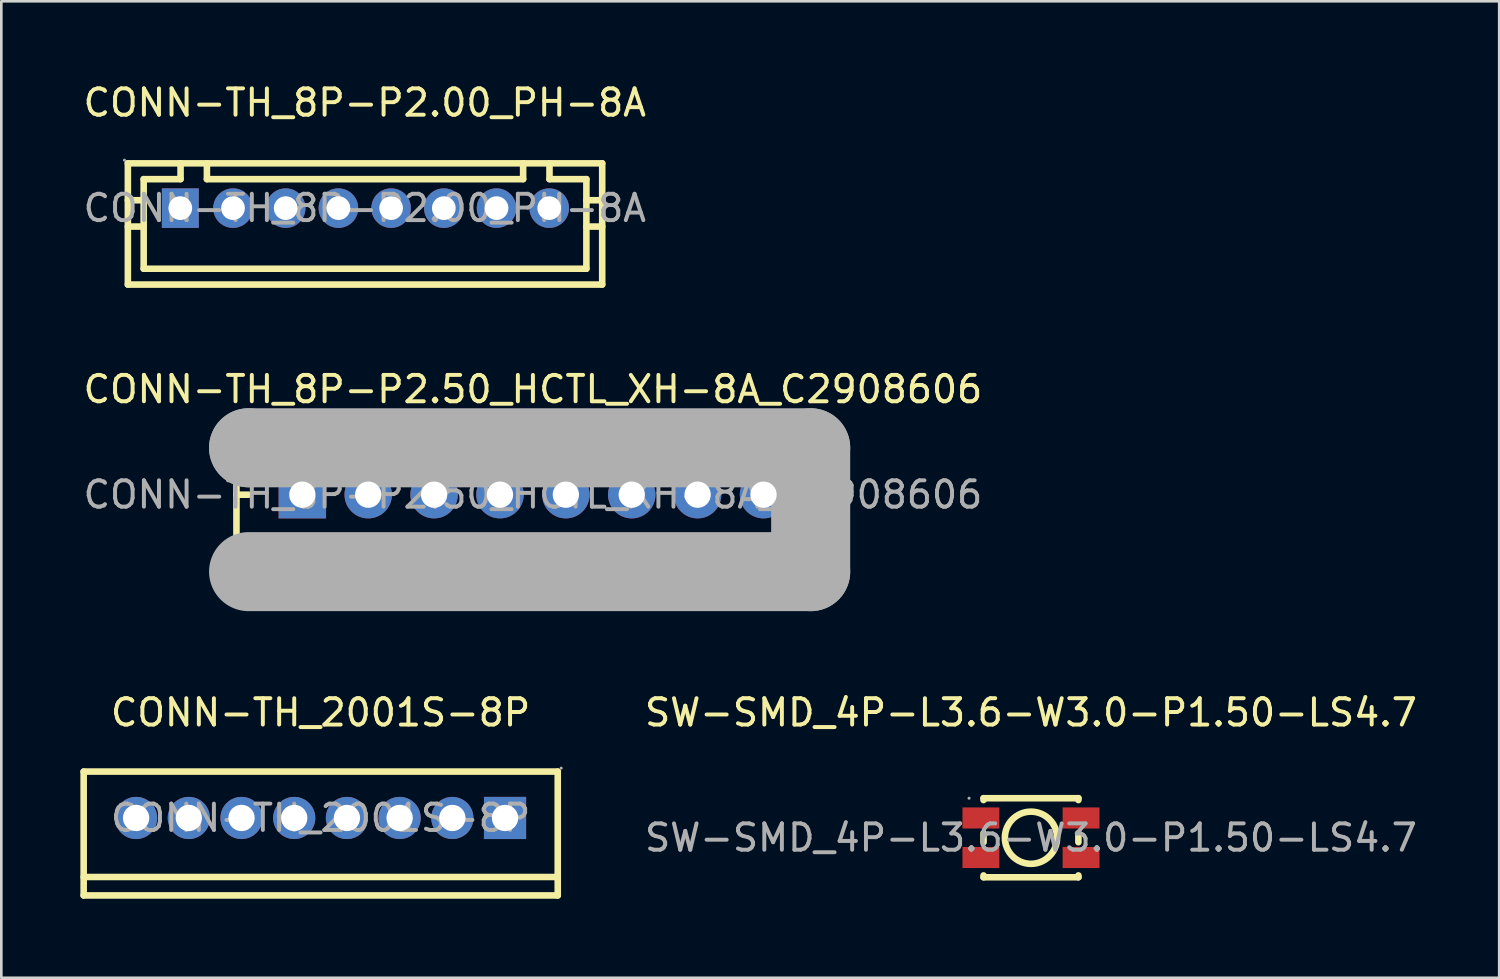
<source format=kicad_pcb>
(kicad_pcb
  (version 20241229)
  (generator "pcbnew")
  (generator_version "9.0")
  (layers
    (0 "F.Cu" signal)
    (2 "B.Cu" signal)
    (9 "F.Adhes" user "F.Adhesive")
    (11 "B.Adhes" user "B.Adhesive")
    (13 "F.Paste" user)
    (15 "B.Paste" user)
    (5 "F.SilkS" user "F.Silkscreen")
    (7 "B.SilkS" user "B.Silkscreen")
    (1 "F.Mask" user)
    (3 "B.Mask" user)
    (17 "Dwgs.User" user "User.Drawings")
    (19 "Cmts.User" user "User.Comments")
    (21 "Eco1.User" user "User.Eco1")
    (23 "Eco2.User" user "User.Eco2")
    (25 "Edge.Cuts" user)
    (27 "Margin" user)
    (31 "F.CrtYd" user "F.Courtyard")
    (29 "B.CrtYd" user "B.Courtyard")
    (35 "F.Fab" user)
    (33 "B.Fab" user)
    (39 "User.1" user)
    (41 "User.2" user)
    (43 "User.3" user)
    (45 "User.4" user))
  (footprint "CONN-TH_2001S-8P"
    (layer "F.Cu")
    (at 9.115 27.99)
    (property "Reference" "CONN-TH_2001S-8P" (at 0 -4 0) (layer "F.SilkS") (effects (font (size 1 1) (thickness 0.15))))
    (attr smd)
    (fp_line (start -8.99 -1.76) (end -8.99 2.94) (stroke (width 0.25) (type solid)) (layer "F.SilkS"))
    (fp_line (start -8.99 2.94) (end 9 2.94) (stroke (width 0.25) (type solid)) (layer "F.SilkS"))
    (fp_line (start 9 -1.76) (end -8.99 -1.76) (stroke (width 0.25) (type solid)) (layer "F.SilkS"))
    (fp_line (start 9 2.24) (end -8.99 2.24) (stroke (width 0.25) (type solid)) (layer "F.SilkS"))
    (fp_line (start 9 2.94) (end 9 -1.76) (stroke (width 0.25) (type solid)) (layer "F.SilkS"))
    (fp_circle (center -7 0) (end -6.8 0) (stroke (width 0.4) (type solid)) (fill no) (layer "F.Fab"))
    (fp_circle (center -5 0) (end -4.8 0) (stroke (width 0.4) (type solid)) (fill no) (layer "F.Fab"))
    (fp_circle (center -3 0) (end -2.8 0) (stroke (width 0.4) (type solid)) (fill no) (layer "F.Fab"))
    (fp_circle (center -1 0) (end -0.8 0) (stroke (width 0.4) (type solid)) (fill no) (layer "F.Fab"))
    (fp_circle (center 1 0) (end 1.2 0) (stroke (width 0.4) (type solid)) (fill no) (layer "F.Fab"))
    (fp_circle (center 3 0) (end 3.2 0) (stroke (width 0.4) (type solid)) (fill no) (layer "F.Fab"))
    (fp_circle (center 5 0) (end 5.2 0) (stroke (width 0.4) (type solid)) (fill no) (layer "F.Fab"))
    (fp_circle (center 7 0) (end 7.2 0) (stroke (width 0.4) (type solid)) (fill no) (layer "F.Fab"))
    (fp_circle (center 9.13 -1.89) (end 9.16 -1.89) (stroke (width 0.06) (type solid)) (fill no) (layer "F.Fab"))
    (fp_text user "${REFERENCE}" (at 0 0 0) (layer "F.Fab") (effects (font (size 1 1) (thickness 0.15))))
    (pad "1" thru_hole rect (at 7 0 180) (size 1.6 1.6) (drill 1) (layers "*.Cu" "*.Paste" "*.Mask"))
    (pad "2" thru_hole circle (at 5 0 180) (size 1.6 1.6) (drill 1) (layers "*.Cu" "*.Paste" "*.Mask"))
    (pad "3" thru_hole circle (at 3 0 180) (size 1.6 1.6) (drill 1) (layers "*.Cu" "*.Paste" "*.Mask"))
    (pad "4" thru_hole circle (at 1 0 180) (size 1.6 1.6) (drill 1) (layers "*.Cu" "*.Paste" "*.Mask"))
    (pad "5" thru_hole circle (at -1 0 180) (size 1.6 1.6) (drill 1) (layers "*.Cu" "*.Paste" "*.Mask"))
    (pad "6" thru_hole circle (at -3 0 180) (size 1.6 1.6) (drill 1) (layers "*.Cu" "*.Paste" "*.Mask"))
    (pad "7" thru_hole circle (at -5 0 180) (size 1.6 1.6) (drill 1) (layers "*.Cu" "*.Paste" "*.Mask"))
    (pad "8" thru_hole circle (at -7 0 180) (size 1.6 1.6) (drill 1) (layers "*.Cu" "*.Paste" "*.Mask")))
  (footprint "CONN-TH_8P-P2.00_PH-8A"
    (layer "F.Cu")
    (at 10.792 4.848)
    (property "Reference" "CONN-TH_8P-P2.00_PH-8A" (at 0 -4 0) (layer "F.SilkS") (effects (font (size 1 1) (thickness 0.15))))
    (attr smd)
    (fp_line (start -8.99 -1.7) (end 9.01 -1.7) (stroke (width 0.25) (type solid)) (layer "F.SilkS"))
    (fp_line (start -8.99 2.9) (end -8.99 -1.7) (stroke (width 0.25) (type solid)) (layer "F.SilkS"))
    (fp_line (start -8.99 2.9) (end 9.01 2.9) (stroke (width 0.25) (type solid)) (layer "F.SilkS"))
    (fp_line (start -8.39 -1.1) (end -6.99 -1.1) (stroke (width 0.25) (type solid)) (layer "F.SilkS"))
    (fp_line (start -8.39 -0.3) (end -8.99 -0.3) (stroke (width 0.25) (type solid)) (layer "F.SilkS"))
    (fp_line (start -8.39 0.7) (end -8.99 0.7) (stroke (width 0.25) (type solid)) (layer "F.SilkS"))
    (fp_line (start -8.39 2.3) (end -8.39 -1.1) (stroke (width 0.25) (type solid)) (layer "F.SilkS"))
    (fp_line (start -8.39 2.3) (end 8.41 2.3) (stroke (width 0.25) (type solid)) (layer "F.SilkS"))
    (fp_line (start -6.99 -1.1) (end -6.99 -1.7) (stroke (width 0.25) (type solid)) (layer "F.SilkS"))
    (fp_line (start -5.99 -1.7) (end -5.99 -1.1) (stroke (width 0.25) (type solid)) (layer "F.SilkS"))
    (fp_line (start 6.01 -1.7) (end 6.01 -1.1) (stroke (width 0.25) (type solid)) (layer "F.SilkS"))
    (fp_line (start 6.01 -1.1) (end -5.99 -1.1) (stroke (width 0.25) (type solid)) (layer "F.SilkS"))
    (fp_line (start 7.01 -1.1) (end 7.01 -1.7) (stroke (width 0.25) (type solid)) (layer "F.SilkS"))
    (fp_line (start 8.41 -1.1) (end 7.01 -1.1) (stroke (width 0.25) (type solid)) (layer "F.SilkS"))
    (fp_line (start 8.41 2.3) (end 8.41 -1.1) (stroke (width 0.25) (type solid)) (layer "F.SilkS"))
    (fp_line (start 9.01 -0.3) (end 8.41 -0.3) (stroke (width 0.25) (type solid)) (layer "F.SilkS"))
    (fp_line (start 9.01 0.7) (end 8.41 0.7) (stroke (width 0.25) (type solid)) (layer "F.SilkS"))
    (fp_line (start 9.01 2.9) (end 9.01 -1.7) (stroke (width 0.25) (type solid)) (layer "F.SilkS"))
    (fp_circle (center -9.12 -1.82) (end -9.09 -1.82) (stroke (width 0.06) (type solid)) (fill no) (layer "F.Fab"))
    (fp_circle (center -7 0) (end -6.82 0) (stroke (width 0.35) (type solid)) (fill no) (layer "F.Fab"))
    (fp_circle (center -5 0) (end -4.82 0) (stroke (width 0.35) (type solid)) (fill no) (layer "F.Fab"))
    (fp_circle (center -3 0) (end -2.82 0) (stroke (width 0.35) (type solid)) (fill no) (layer "F.Fab"))
    (fp_circle (center -1 0) (end -0.82 0) (stroke (width 0.35) (type solid)) (fill no) (layer "F.Fab"))
    (fp_circle (center 1 0) (end 1.18 0) (stroke (width 0.35) (type solid)) (fill no) (layer "F.Fab"))
    (fp_circle (center 3 0) (end 3.18 0) (stroke (width 0.35) (type solid)) (fill no) (layer "F.Fab"))
    (fp_circle (center 5 0) (end 5.18 0) (stroke (width 0.35) (type solid)) (fill no) (layer "F.Fab"))
    (fp_circle (center 7 0) (end 7.18 0) (stroke (width 0.35) (type solid)) (fill no) (layer "F.Fab"))
    (fp_text user "${REFERENCE}" (at 0 0 0) (layer "F.Fab") (effects (font (size 1 1) (thickness 0.15))))
    (pad "1" thru_hole rect (at -7 0 180) (size 1.4 1.5) (drill 0.9) (layers "*.Cu" "*.Paste" "*.Mask"))
    (pad "2" thru_hole circle (at -5 0 180) (size 1.5 1.5) (drill 0.9) (layers "*.Cu" "*.Paste" "*.Mask"))
    (pad "3" thru_hole circle (at -3 0 180) (size 1.5 1.5) (drill 0.9) (layers "*.Cu" "*.Paste" "*.Mask"))
    (pad "4" thru_hole circle (at -1 0 180) (size 1.5 1.5) (drill 0.9) (layers "*.Cu" "*.Paste" "*.Mask"))
    (pad "5" thru_hole circle (at 1 0 180) (size 1.5 1.5) (drill 0.9) (layers "*.Cu" "*.Paste" "*.Mask"))
    (pad "6" thru_hole circle (at 3 0 180) (size 1.5 1.5) (drill 0.9) (layers "*.Cu" "*.Paste" "*.Mask"))
    (pad "7" thru_hole circle (at 5 0 180) (size 1.5 1.5) (drill 0.9) (layers "*.Cu" "*.Paste" "*.Mask"))
    (pad "8" thru_hole circle (at 7 0 180) (size 1.5 1.5) (drill 0.9) (layers "*.Cu" "*.Paste" "*.Mask")))
  (footprint "CONN-TH_8P-P2.50_HCTL_XH-8A_C2908606"
    (layer "F.Cu")
    (at 17.173 15.722)
    (property "Reference" "CONN-TH_8P-P2.50_HCTL_XH-8A_C2908606" (at 0 -4 0) (layer "F.SilkS") (effects (font (size 1 1) (thickness 0.15))))
    (attr smd)
    (fp_line (start -11.25 -2.4) (end 11.25 -2.4) (stroke (width 0.25) (type solid)) (layer "F.SilkS"))
    (fp_line (start -11.25 3.4) (end -11.25 -2.4) (stroke (width 0.25) (type solid)) (layer "F.SilkS"))
    (fp_line (start -11.25 3.4) (end 11.25 3.4) (stroke (width 0.25) (type solid)) (layer "F.SilkS"))
    (fp_line (start -10.79 0) (end -11.25 0) (stroke (width 0.25) (type solid)) (layer "F.SilkS"))
    (fp_line (start -2.54 -2.4) (end -2.54 -1.78) (stroke (width 0.25) (type solid)) (layer "F.SilkS"))
    (fp_line (start 2.59 -2.4) (end 2.59 -1.78) (stroke (width 0.25) (type solid)) (layer "F.SilkS"))
    (fp_line (start 10.54 0) (end 11.25 0) (stroke (width 0.25) (type solid)) (layer "F.SilkS"))
    (fp_line (start 11.25 3.4) (end 11.25 -2.4) (stroke (width 0.25) (type solid)) (layer "F.SilkS"))
    (fp_line (start -10.79 -1.78) (end -10.79 -1.78) (stroke (width 3) (type solid)) (layer "F.Fab"))
    (fp_line (start -10.79 -1.78) (end 10.54 -1.78) (stroke (width 3) (type solid)) (layer "F.Fab"))
    (fp_line (start 10.54 -1.78) (end 10.54 2.92) (stroke (width 3) (type solid)) (layer "F.Fab"))
    (fp_line (start 10.54 2.92) (end -10.79 2.92) (stroke (width 3) (type solid)) (layer "F.Fab"))
    (fp_circle (center -11.25 -2.4) (end -11.22 -2.4) (stroke (width 0.06) (type solid)) (fill no) (layer "F.Fab"))
    (fp_text user "${REFERENCE}" (at 0 0 0) (layer "F.Fab") (effects (font (size 1 1) (thickness 0.15))))
    (pad "1" thru_hole rect (at -8.75 0) (size 1.8 1.8) (drill 1) (layers "*.Cu" "*.Paste" "*.Mask"))
    (pad "2" thru_hole circle (at -6.25 0) (size 1.8 1.8) (drill 1) (layers "*.Cu" "*.Paste" "*.Mask"))
    (pad "3" thru_hole circle (at -3.75 0) (size 1.8 1.8) (drill 1) (layers "*.Cu" "*.Paste" "*.Mask"))
    (pad "4" thru_hole circle (at -1.25 0) (size 1.8 1.8) (drill 1) (layers "*.Cu" "*.Paste" "*.Mask"))
    (pad "5" thru_hole circle (at 1.25 0) (size 1.8 1.8) (drill 1) (layers "*.Cu" "*.Paste" "*.Mask"))
    (pad "6" thru_hole circle (at 3.75 0) (size 1.8 1.8) (drill 1) (layers "*.Cu" "*.Paste" "*.Mask"))
    (pad "7" thru_hole circle (at 6.25 0) (size 1.8 1.8) (drill 1) (layers "*.Cu" "*.Paste" "*.Mask"))
    (pad "8" thru_hole circle (at 8.75 0) (size 1.8 1.8) (drill 1) (layers "*.Cu" "*.Paste" "*.Mask")))
  (footprint "SW-SMD_4P-L3.6-W3.0-P1.50-LS4.7"
    (layer "F.Cu")
    (at 36.073 28.74)
    (property "Reference" "SW-SMD_4P-L3.6-W3.0-P1.50-LS4.7" (at 0 -4.75 0) (layer "F.SilkS") (effects (font (size 1 1) (thickness 0.15))))
    (attr smd)
    (fp_line (start -1.8 -1.5) (end -1.8 -1.43) (stroke (width 0.25) (type solid)) (layer "F.SilkS"))
    (fp_line (start -1.8 -1.5) (end 1.8 -1.5) (stroke (width 0.25) (type solid)) (layer "F.SilkS"))
    (fp_line (start -1.8 -0.17) (end -1.8 0.17) (stroke (width 0.25) (type solid)) (layer "F.SilkS"))
    (fp_line (start -1.8 1.43) (end -1.8 1.5) (stroke (width 0.25) (type solid)) (layer "F.SilkS"))
    (fp_line (start -1.8 1.5) (end 1.8 1.5) (stroke (width 0.25) (type solid)) (layer "F.SilkS"))
    (fp_line (start 1.8 -1.5) (end 1.8 -1.43) (stroke (width 0.25) (type solid)) (layer "F.SilkS"))
    (fp_line (start 1.8 -0.17) (end 1.8 0.17) (stroke (width 0.25) (type solid)) (layer "F.SilkS"))
    (fp_line (start 1.8 1.43) (end 1.8 1.5) (stroke (width 0.25) (type solid)) (layer "F.SilkS"))
    (fp_circle (center 0 0) (end 0.99 0) (stroke (width 0.25) (type solid)) (fill no) (layer "F.SilkS"))
    (fp_circle (center -2.35 -1.5) (end -2.32 -1.5) (stroke (width 0.06) (type solid)) (fill no) (layer "F.Fab"))
    (fp_text user "${REFERENCE}" (at 0 0 0) (layer "F.Fab") (effects (font (size 1 1) (thickness 0.15))))
    (pad "1" smd rect (at -1.9 -0.75 90) (size 0.8 1.4) (layers "F.Cu" "F.Mask" "F.Paste"))
    (pad "2" smd rect (at 1.9 -0.75 90) (size 0.8 1.4) (layers "F.Cu" "F.Mask" "F.Paste"))
    (pad "3" smd rect (at -1.9 0.75 270) (size 0.8 1.4) (layers "F.Cu" "F.Mask" "F.Paste"))
    (pad "4" smd rect (at 1.9 0.75 270) (size 0.8 1.4) (layers "F.Cu" "F.Mask" "F.Paste")))
  (gr_rect
    (start -3 -3)
    (end 53.841 34.055)
    (stroke (width 0.1) (type default))
    (fill no)
    (layer "Edge.Cuts")))
</source>
